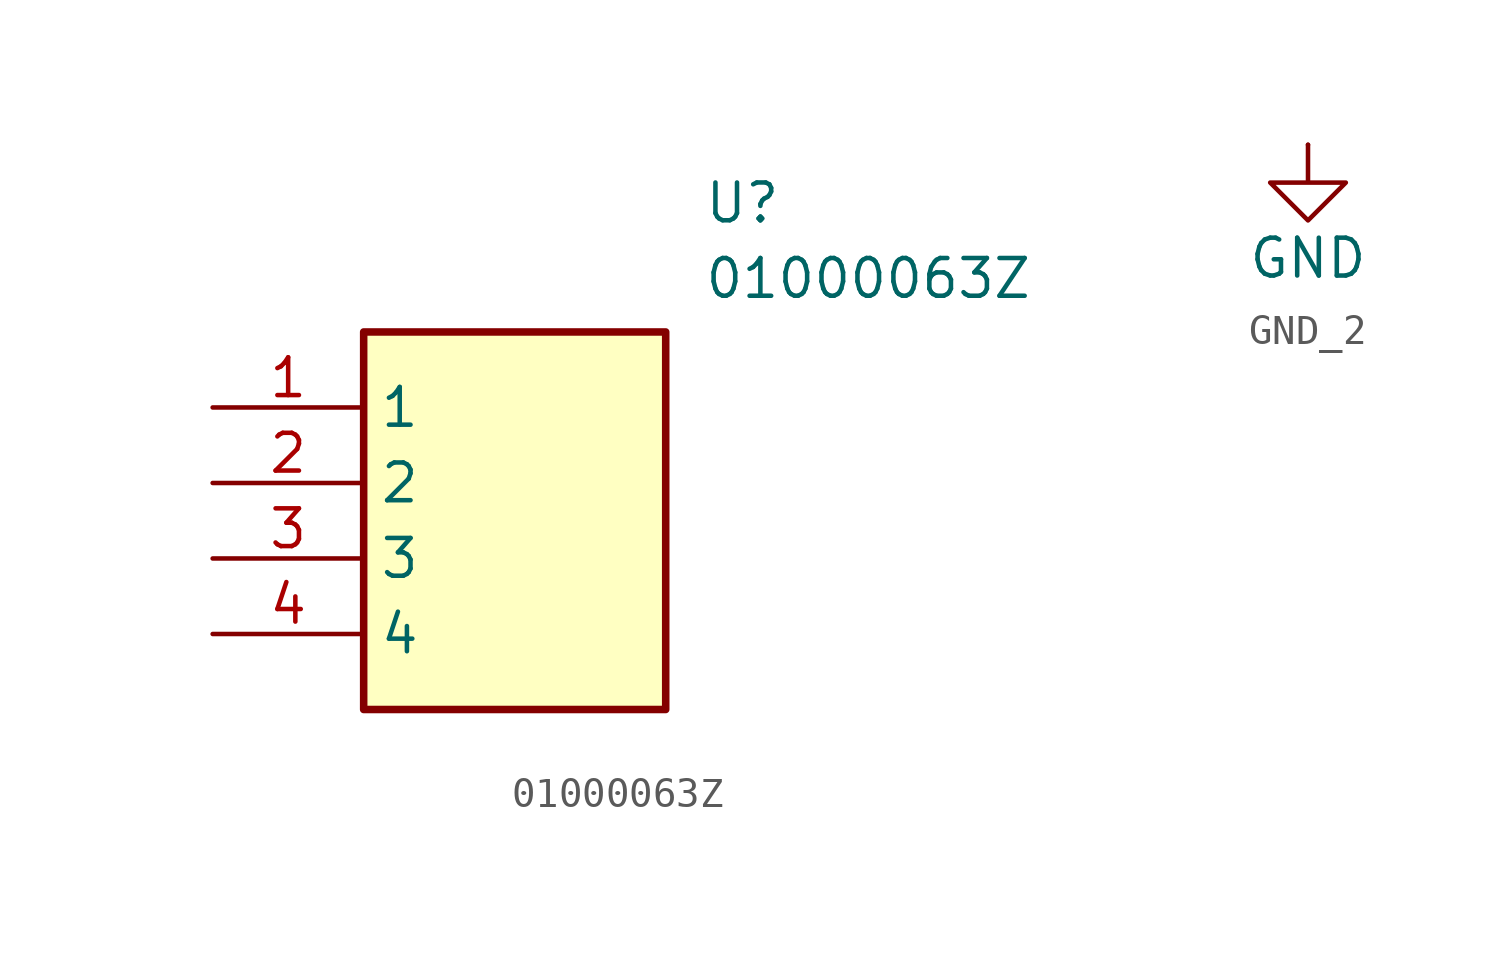
<source format=kicad_sym>
(kicad_symbol_lib
  (version 20241209)
  (generator "kicad_symbol_editor")
  (generator_version "9.0")
  (symbol "01000063Z"
    (property "Reference" "U"
      (at 16.51 7.62 0)
      (effects (font (size 1.27 1.27)) (justify left top)))
    (property "Value" "01000063Z"
      (at 16.51 5.08 0)
      (effects (font (size 1.27 1.27)) (justify left top)))
    (symbol "01000063Z_1_1"
      (rectangle (start 5.08 2.54) (end 15.24 -10.16) (stroke (width 0.254) (type default)) (fill (type background)))
      (pin passive line (at 0 0 0) (length 5.08) (name "1" (effects (font (size 1.27 1.27)))) (number "1" (effects (font (size 1.27 1.27)))))
      (pin passive line (at 0 -2.54 0) (length 5.08) (name "2" (effects (font (size 1.27 1.27)))) (number "2" (effects (font (size 1.27 1.27)))))
      (pin passive line (at 0 -5.08 0) (length 5.08) (name "3" (effects (font (size 1.27 1.27)))) (number "3" (effects (font (size 1.27 1.27)))))
      (pin passive line (at 0 -7.62 0) (length 5.08) (name "4" (effects (font (size 1.27 1.27)))) (number "4" (effects (font (size 1.27 1.27)))))))
  (symbol "GND_2"
    (power)
    (pin_numbers
      (hide yes))
    (pin_names
      (offset 0)
      (hide yes))
    (property "Reference" "#PWR"
      (at 0 -6.35 0)
      (effects (font (size 1.27 1.27)) (hide yes)))
    (property "Value" "GND"
      (at 0 -3.81 0)
      (effects (font (size 1.27 1.27))))
    (symbol "GND_2_0_1"
      (polyline (pts (xy 0 0) (xy 0 -1.27) (xy 1.27 -1.27) (xy 0 -2.54) (xy -1.27 -1.27) (xy 0 -1.27)) (stroke (width 0) (type default)) (fill (type none))))
    (symbol "GND_2_1_1"
      (pin power_in line (at 0 0 270) (length 0) (name "~" (effects (font (size 1.27 1.27)))) (number "1" (effects (font (size 1.27 1.27))))))))
</source>
